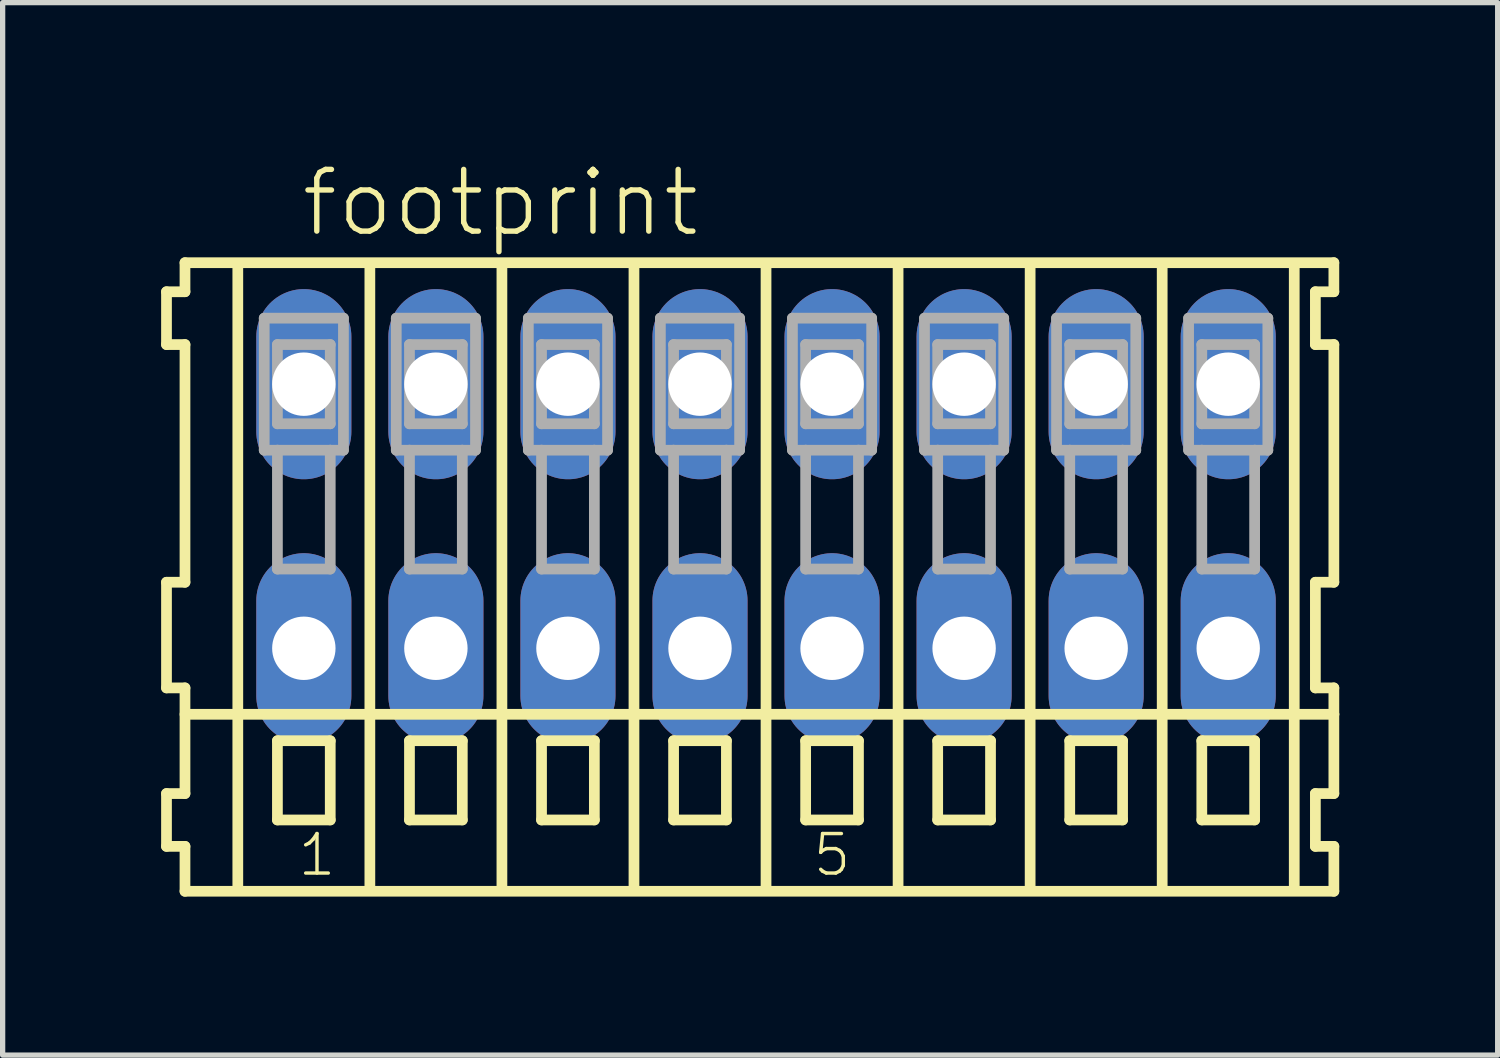
<source format=kicad_pcb>
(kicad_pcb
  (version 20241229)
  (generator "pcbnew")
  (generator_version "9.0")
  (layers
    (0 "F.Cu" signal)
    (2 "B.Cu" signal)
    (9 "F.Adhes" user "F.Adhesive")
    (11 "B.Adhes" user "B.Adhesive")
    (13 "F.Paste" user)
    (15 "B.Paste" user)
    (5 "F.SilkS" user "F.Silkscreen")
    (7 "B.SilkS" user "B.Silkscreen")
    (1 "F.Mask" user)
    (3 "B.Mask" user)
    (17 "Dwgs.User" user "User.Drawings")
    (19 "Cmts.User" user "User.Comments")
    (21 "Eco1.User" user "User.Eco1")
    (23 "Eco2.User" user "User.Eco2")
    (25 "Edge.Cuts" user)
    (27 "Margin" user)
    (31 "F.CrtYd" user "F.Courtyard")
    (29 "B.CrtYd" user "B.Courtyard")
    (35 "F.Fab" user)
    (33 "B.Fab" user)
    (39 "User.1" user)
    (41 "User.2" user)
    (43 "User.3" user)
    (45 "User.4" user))
  (footprint "footprint"
    (layer "F.Cu")
    (at 11.452 6.723)
    (property "Reference" "footprint" (at -8.85 -5.25 0) (layer "F.SilkS") (effects (font (size 1.168 1.168) (thickness 0.102)) (justify left bottom)))
    (fp_line (start -11.35 -4.25) (end -11.35 -3.25) (stroke (width 0.203) (type solid)) (layer "F.SilkS"))
    (fp_line (start -11.35 -3.25) (end -11 -3.25) (stroke (width 0.203) (type solid)) (layer "F.SilkS"))
    (fp_line (start -11.35 1.25) (end -11.35 3.25) (stroke (width 0.203) (type solid)) (layer "F.SilkS"))
    (fp_line (start -11.35 3.25) (end -11 3.25) (stroke (width 0.203) (type solid)) (layer "F.SilkS"))
    (fp_line (start -11.35 5.25) (end -11.35 6.25) (stroke (width 0.203) (type solid)) (layer "F.SilkS"))
    (fp_line (start -11.35 6.25) (end -11 6.25) (stroke (width 0.203) (type solid)) (layer "F.SilkS"))
    (fp_line (start -11 -4.8) (end -11 -4.25) (stroke (width 0.203) (type solid)) (layer "F.SilkS"))
    (fp_line (start -11 -4.25) (end -11.35 -4.25) (stroke (width 0.203) (type solid)) (layer "F.SilkS"))
    (fp_line (start -11 -3.25) (end -11 1.25) (stroke (width 0.203) (type solid)) (layer "F.SilkS"))
    (fp_line (start -11 1.25) (end -11.35 1.25) (stroke (width 0.203) (type solid)) (layer "F.SilkS"))
    (fp_line (start -11 3.25) (end -11 5.25) (stroke (width 0.203) (type solid)) (layer "F.SilkS"))
    (fp_line (start -11 3.75) (end 10.75 3.75) (stroke (width 0.203) (type solid)) (layer "F.SilkS"))
    (fp_line (start -11 5.25) (end -11.35 5.25) (stroke (width 0.203) (type solid)) (layer "F.SilkS"))
    (fp_line (start -11 6.25) (end -11 7.1) (stroke (width 0.203) (type solid)) (layer "F.SilkS"))
    (fp_line (start -11 7.1) (end 10.75 7.1) (stroke (width 0.203) (type solid)) (layer "F.SilkS"))
    (fp_line (start -10 -4.75) (end -10 7) (stroke (width 0.203) (type solid)) (layer "F.SilkS"))
    (fp_line (start -9.25 4.25) (end -9.25 5.75) (stroke (width 0.203) (type solid)) (layer "F.SilkS"))
    (fp_line (start -9.25 5.75) (end -8.25 5.75) (stroke (width 0.203) (type solid)) (layer "F.SilkS"))
    (fp_line (start -8.25 4.25) (end -9.25 4.25) (stroke (width 0.203) (type solid)) (layer "F.SilkS"))
    (fp_line (start -8.25 5.75) (end -8.25 4.25) (stroke (width 0.203) (type solid)) (layer "F.SilkS"))
    (fp_line (start -7.5 -4.75) (end -7.5 7) (stroke (width 0.203) (type solid)) (layer "F.SilkS"))
    (fp_line (start -6.75 4.25) (end -6.75 5.75) (stroke (width 0.203) (type solid)) (layer "F.SilkS"))
    (fp_line (start -6.75 5.75) (end -5.75 5.75) (stroke (width 0.203) (type solid)) (layer "F.SilkS"))
    (fp_line (start -5.75 4.25) (end -6.75 4.25) (stroke (width 0.203) (type solid)) (layer "F.SilkS"))
    (fp_line (start -5.75 5.75) (end -5.75 4.25) (stroke (width 0.203) (type solid)) (layer "F.SilkS"))
    (fp_line (start -5 -4.75) (end -5 7) (stroke (width 0.203) (type solid)) (layer "F.SilkS"))
    (fp_line (start -4.25 4.25) (end -4.25 5.75) (stroke (width 0.203) (type solid)) (layer "F.SilkS"))
    (fp_line (start -4.25 5.75) (end -3.25 5.75) (stroke (width 0.203) (type solid)) (layer "F.SilkS"))
    (fp_line (start -3.25 4.25) (end -4.25 4.25) (stroke (width 0.203) (type solid)) (layer "F.SilkS"))
    (fp_line (start -3.25 5.75) (end -3.25 4.25) (stroke (width 0.203) (type solid)) (layer "F.SilkS"))
    (fp_line (start -2.5 -4.75) (end -2.5 7) (stroke (width 0.203) (type solid)) (layer "F.SilkS"))
    (fp_line (start -1.75 4.25) (end -1.75 5.75) (stroke (width 0.203) (type solid)) (layer "F.SilkS"))
    (fp_line (start -1.75 5.75) (end -0.75 5.75) (stroke (width 0.203) (type solid)) (layer "F.SilkS"))
    (fp_line (start -0.75 4.25) (end -1.75 4.25) (stroke (width 0.203) (type solid)) (layer "F.SilkS"))
    (fp_line (start -0.75 5.75) (end -0.75 4.25) (stroke (width 0.203) (type solid)) (layer "F.SilkS"))
    (fp_line (start 0 -4.75) (end 0 7) (stroke (width 0.203) (type solid)) (layer "F.SilkS"))
    (fp_line (start 0.75 4.25) (end 0.75 5.75) (stroke (width 0.203) (type solid)) (layer "F.SilkS"))
    (fp_line (start 0.75 5.75) (end 1.75 5.75) (stroke (width 0.203) (type solid)) (layer "F.SilkS"))
    (fp_line (start 1.75 4.25) (end 0.75 4.25) (stroke (width 0.203) (type solid)) (layer "F.SilkS"))
    (fp_line (start 1.75 5.75) (end 1.75 4.25) (stroke (width 0.203) (type solid)) (layer "F.SilkS"))
    (fp_line (start 2.5 -4.75) (end 2.5 7) (stroke (width 0.203) (type solid)) (layer "F.SilkS"))
    (fp_line (start 3.25 4.25) (end 3.25 5.75) (stroke (width 0.203) (type solid)) (layer "F.SilkS"))
    (fp_line (start 3.25 5.75) (end 4.25 5.75) (stroke (width 0.203) (type solid)) (layer "F.SilkS"))
    (fp_line (start 4.25 4.25) (end 3.25 4.25) (stroke (width 0.203) (type solid)) (layer "F.SilkS"))
    (fp_line (start 4.25 5.75) (end 4.25 4.25) (stroke (width 0.203) (type solid)) (layer "F.SilkS"))
    (fp_line (start 5 -4.75) (end 5 7) (stroke (width 0.203) (type solid)) (layer "F.SilkS"))
    (fp_line (start 5.75 4.25) (end 5.75 5.75) (stroke (width 0.203) (type solid)) (layer "F.SilkS"))
    (fp_line (start 5.75 5.75) (end 6.75 5.75) (stroke (width 0.203) (type solid)) (layer "F.SilkS"))
    (fp_line (start 6.75 4.25) (end 5.75 4.25) (stroke (width 0.203) (type solid)) (layer "F.SilkS"))
    (fp_line (start 6.75 5.75) (end 6.75 4.25) (stroke (width 0.203) (type solid)) (layer "F.SilkS"))
    (fp_line (start 7.5 -4.75) (end 7.5 7) (stroke (width 0.203) (type solid)) (layer "F.SilkS"))
    (fp_line (start 8.25 4.25) (end 8.25 5.75) (stroke (width 0.203) (type solid)) (layer "F.SilkS"))
    (fp_line (start 8.25 5.75) (end 9.25 5.75) (stroke (width 0.203) (type solid)) (layer "F.SilkS"))
    (fp_line (start 9.25 4.25) (end 8.25 4.25) (stroke (width 0.203) (type solid)) (layer "F.SilkS"))
    (fp_line (start 9.25 5.75) (end 9.25 4.25) (stroke (width 0.203) (type solid)) (layer "F.SilkS"))
    (fp_line (start 10 -4.75) (end 10 7) (stroke (width 0.203) (type solid)) (layer "F.SilkS"))
    (fp_line (start 10.4 -4.25) (end 10.4 -3.25) (stroke (width 0.203) (type solid)) (layer "F.SilkS"))
    (fp_line (start 10.4 -3.25) (end 10.75 -3.25) (stroke (width 0.203) (type solid)) (layer "F.SilkS"))
    (fp_line (start 10.4 1.25) (end 10.4 3.25) (stroke (width 0.203) (type solid)) (layer "F.SilkS"))
    (fp_line (start 10.4 3.25) (end 10.75 3.25) (stroke (width 0.203) (type solid)) (layer "F.SilkS"))
    (fp_line (start 10.4 5.25) (end 10.4 6.25) (stroke (width 0.203) (type solid)) (layer "F.SilkS"))
    (fp_line (start 10.4 6.25) (end 10.75 6.25) (stroke (width 0.203) (type solid)) (layer "F.SilkS"))
    (fp_line (start 10.75 -4.8) (end -11 -4.8) (stroke (width 0.203) (type solid)) (layer "F.SilkS"))
    (fp_line (start 10.75 -4.25) (end 10.4 -4.25) (stroke (width 0.203) (type solid)) (layer "F.SilkS"))
    (fp_line (start 10.75 -4.25) (end 10.75 -4.8) (stroke (width 0.203) (type solid)) (layer "F.SilkS"))
    (fp_line (start 10.75 1.25) (end 10.4 1.25) (stroke (width 0.203) (type solid)) (layer "F.SilkS"))
    (fp_line (start 10.75 1.25) (end 10.75 -3.25) (stroke (width 0.203) (type solid)) (layer "F.SilkS"))
    (fp_line (start 10.75 3.75) (end 10.75 3.25) (stroke (width 0.203) (type solid)) (layer "F.SilkS"))
    (fp_line (start 10.75 5.25) (end 10.4 5.25) (stroke (width 0.203) (type solid)) (layer "F.SilkS"))
    (fp_line (start 10.75 5.25) (end 10.75 3.75) (stroke (width 0.203) (type solid)) (layer "F.SilkS"))
    (fp_line (start 10.75 7.1) (end 10.75 6.25) (stroke (width 0.203) (type solid)) (layer "F.SilkS"))
    (fp_line (start -9.5 -3.75) (end -9.5 -1.25) (stroke (width 0.203) (type solid)) (layer "F.Fab"))
    (fp_line (start -9.5 -1.25) (end -9.25 -1.25) (stroke (width 0.203) (type solid)) (layer "F.Fab"))
    (fp_line (start -9.25 -3.25) (end -9.25 -1.75) (stroke (width 0.203) (type solid)) (layer "F.Fab"))
    (fp_line (start -9.25 -1.75) (end -8.25 -1.75) (stroke (width 0.203) (type solid)) (layer "F.Fab"))
    (fp_line (start -9.25 -1.25) (end -9.25 1) (stroke (width 0.203) (type solid)) (layer "F.Fab"))
    (fp_line (start -9.25 -1.25) (end -8.25 -1.25) (stroke (width 0.203) (type solid)) (layer "F.Fab"))
    (fp_line (start -9.25 1) (end -8.25 1) (stroke (width 0.203) (type solid)) (layer "F.Fab"))
    (fp_line (start -8.25 -3.25) (end -9.25 -3.25) (stroke (width 0.203) (type solid)) (layer "F.Fab"))
    (fp_line (start -8.25 -1.75) (end -8.25 -3.25) (stroke (width 0.203) (type solid)) (layer "F.Fab"))
    (fp_line (start -8.25 -1.25) (end -8 -1.25) (stroke (width 0.203) (type solid)) (layer "F.Fab"))
    (fp_line (start -8.25 1) (end -8.25 -1.25) (stroke (width 0.203) (type solid)) (layer "F.Fab"))
    (fp_line (start -8 -3.75) (end -9.5 -3.75) (stroke (width 0.203) (type solid)) (layer "F.Fab"))
    (fp_line (start -8 -1.25) (end -8 -3.75) (stroke (width 0.203) (type solid)) (layer "F.Fab"))
    (fp_line (start -7 -3.75) (end -7 -1.25) (stroke (width 0.203) (type solid)) (layer "F.Fab"))
    (fp_line (start -7 -1.25) (end -6.75 -1.25) (stroke (width 0.203) (type solid)) (layer "F.Fab"))
    (fp_line (start -6.75 -3.25) (end -6.75 -1.75) (stroke (width 0.203) (type solid)) (layer "F.Fab"))
    (fp_line (start -6.75 -1.75) (end -5.75 -1.75) (stroke (width 0.203) (type solid)) (layer "F.Fab"))
    (fp_line (start -6.75 -1.25) (end -6.75 1) (stroke (width 0.203) (type solid)) (layer "F.Fab"))
    (fp_line (start -6.75 -1.25) (end -5.75 -1.25) (stroke (width 0.203) (type solid)) (layer "F.Fab"))
    (fp_line (start -6.75 1) (end -5.75 1) (stroke (width 0.203) (type solid)) (layer "F.Fab"))
    (fp_line (start -5.75 -3.25) (end -6.75 -3.25) (stroke (width 0.203) (type solid)) (layer "F.Fab"))
    (fp_line (start -5.75 -1.75) (end -5.75 -3.25) (stroke (width 0.203) (type solid)) (layer "F.Fab"))
    (fp_line (start -5.75 -1.25) (end -5.5 -1.25) (stroke (width 0.203) (type solid)) (layer "F.Fab"))
    (fp_line (start -5.75 1) (end -5.75 -1.25) (stroke (width 0.203) (type solid)) (layer "F.Fab"))
    (fp_line (start -5.5 -3.75) (end -7 -3.75) (stroke (width 0.203) (type solid)) (layer "F.Fab"))
    (fp_line (start -5.5 -1.25) (end -5.5 -3.75) (stroke (width 0.203) (type solid)) (layer "F.Fab"))
    (fp_line (start -4.5 -3.75) (end -4.5 -1.25) (stroke (width 0.203) (type solid)) (layer "F.Fab"))
    (fp_line (start -4.5 -1.25) (end -4.25 -1.25) (stroke (width 0.203) (type solid)) (layer "F.Fab"))
    (fp_line (start -4.25 -3.25) (end -4.25 -1.75) (stroke (width 0.203) (type solid)) (layer "F.Fab"))
    (fp_line (start -4.25 -1.75) (end -3.25 -1.75) (stroke (width 0.203) (type solid)) (layer "F.Fab"))
    (fp_line (start -4.25 -1.25) (end -4.25 1) (stroke (width 0.203) (type solid)) (layer "F.Fab"))
    (fp_line (start -4.25 -1.25) (end -3.25 -1.25) (stroke (width 0.203) (type solid)) (layer "F.Fab"))
    (fp_line (start -4.25 1) (end -3.25 1) (stroke (width 0.203) (type solid)) (layer "F.Fab"))
    (fp_line (start -3.25 -3.25) (end -4.25 -3.25) (stroke (width 0.203) (type solid)) (layer "F.Fab"))
    (fp_line (start -3.25 -1.75) (end -3.25 -3.25) (stroke (width 0.203) (type solid)) (layer "F.Fab"))
    (fp_line (start -3.25 -1.25) (end -3 -1.25) (stroke (width 0.203) (type solid)) (layer "F.Fab"))
    (fp_line (start -3.25 1) (end -3.25 -1.25) (stroke (width 0.203) (type solid)) (layer "F.Fab"))
    (fp_line (start -3 -3.75) (end -4.5 -3.75) (stroke (width 0.203) (type solid)) (layer "F.Fab"))
    (fp_line (start -3 -1.25) (end -3 -3.75) (stroke (width 0.203) (type solid)) (layer "F.Fab"))
    (fp_line (start -2 -3.75) (end -2 -1.25) (stroke (width 0.203) (type solid)) (layer "F.Fab"))
    (fp_line (start -2 -1.25) (end -1.75 -1.25) (stroke (width 0.203) (type solid)) (layer "F.Fab"))
    (fp_line (start -1.75 -3.25) (end -1.75 -1.75) (stroke (width 0.203) (type solid)) (layer "F.Fab"))
    (fp_line (start -1.75 -1.75) (end -0.75 -1.75) (stroke (width 0.203) (type solid)) (layer "F.Fab"))
    (fp_line (start -1.75 -1.25) (end -1.75 1) (stroke (width 0.203) (type solid)) (layer "F.Fab"))
    (fp_line (start -1.75 -1.25) (end -0.75 -1.25) (stroke (width 0.203) (type solid)) (layer "F.Fab"))
    (fp_line (start -1.75 1) (end -0.75 1) (stroke (width 0.203) (type solid)) (layer "F.Fab"))
    (fp_line (start -0.75 -3.25) (end -1.75 -3.25) (stroke (width 0.203) (type solid)) (layer "F.Fab"))
    (fp_line (start -0.75 -1.75) (end -0.75 -3.25) (stroke (width 0.203) (type solid)) (layer "F.Fab"))
    (fp_line (start -0.75 -1.25) (end -0.5 -1.25) (stroke (width 0.203) (type solid)) (layer "F.Fab"))
    (fp_line (start -0.75 1) (end -0.75 -1.25) (stroke (width 0.203) (type solid)) (layer "F.Fab"))
    (fp_line (start -0.5 -3.75) (end -2 -3.75) (stroke (width 0.203) (type solid)) (layer "F.Fab"))
    (fp_line (start -0.5 -1.25) (end -0.5 -3.75) (stroke (width 0.203) (type solid)) (layer "F.Fab"))
    (fp_line (start 0.5 -3.75) (end 0.5 -1.25) (stroke (width 0.203) (type solid)) (layer "F.Fab"))
    (fp_line (start 0.5 -1.25) (end 0.75 -1.25) (stroke (width 0.203) (type solid)) (layer "F.Fab"))
    (fp_line (start 0.75 -3.25) (end 0.75 -1.75) (stroke (width 0.203) (type solid)) (layer "F.Fab"))
    (fp_line (start 0.75 -1.75) (end 1.75 -1.75) (stroke (width 0.203) (type solid)) (layer "F.Fab"))
    (fp_line (start 0.75 -1.25) (end 0.75 1) (stroke (width 0.203) (type solid)) (layer "F.Fab"))
    (fp_line (start 0.75 -1.25) (end 1.75 -1.25) (stroke (width 0.203) (type solid)) (layer "F.Fab"))
    (fp_line (start 0.75 1) (end 1.75 1) (stroke (width 0.203) (type solid)) (layer "F.Fab"))
    (fp_line (start 1.75 -3.25) (end 0.75 -3.25) (stroke (width 0.203) (type solid)) (layer "F.Fab"))
    (fp_line (start 1.75 -1.75) (end 1.75 -3.25) (stroke (width 0.203) (type solid)) (layer "F.Fab"))
    (fp_line (start 1.75 -1.25) (end 2 -1.25) (stroke (width 0.203) (type solid)) (layer "F.Fab"))
    (fp_line (start 1.75 1) (end 1.75 -1.25) (stroke (width 0.203) (type solid)) (layer "F.Fab"))
    (fp_line (start 2 -3.75) (end 0.5 -3.75) (stroke (width 0.203) (type solid)) (layer "F.Fab"))
    (fp_line (start 2 -1.25) (end 2 -3.75) (stroke (width 0.203) (type solid)) (layer "F.Fab"))
    (fp_line (start 3 -3.75) (end 3 -1.25) (stroke (width 0.203) (type solid)) (layer "F.Fab"))
    (fp_line (start 3 -1.25) (end 3.25 -1.25) (stroke (width 0.203) (type solid)) (layer "F.Fab"))
    (fp_line (start 3.25 -3.25) (end 3.25 -1.75) (stroke (width 0.203) (type solid)) (layer "F.Fab"))
    (fp_line (start 3.25 -1.75) (end 4.25 -1.75) (stroke (width 0.203) (type solid)) (layer "F.Fab"))
    (fp_line (start 3.25 -1.25) (end 3.25 1) (stroke (width 0.203) (type solid)) (layer "F.Fab"))
    (fp_line (start 3.25 -1.25) (end 4.25 -1.25) (stroke (width 0.203) (type solid)) (layer "F.Fab"))
    (fp_line (start 3.25 1) (end 4.25 1) (stroke (width 0.203) (type solid)) (layer "F.Fab"))
    (fp_line (start 4.25 -3.25) (end 3.25 -3.25) (stroke (width 0.203) (type solid)) (layer "F.Fab"))
    (fp_line (start 4.25 -1.75) (end 4.25 -3.25) (stroke (width 0.203) (type solid)) (layer "F.Fab"))
    (fp_line (start 4.25 -1.25) (end 4.5 -1.25) (stroke (width 0.203) (type solid)) (layer "F.Fab"))
    (fp_line (start 4.25 1) (end 4.25 -1.25) (stroke (width 0.203) (type solid)) (layer "F.Fab"))
    (fp_line (start 4.5 -3.75) (end 3 -3.75) (stroke (width 0.203) (type solid)) (layer "F.Fab"))
    (fp_line (start 4.5 -1.25) (end 4.5 -3.75) (stroke (width 0.203) (type solid)) (layer "F.Fab"))
    (fp_line (start 5.5 -3.75) (end 5.5 -1.25) (stroke (width 0.203) (type solid)) (layer "F.Fab"))
    (fp_line (start 5.5 -1.25) (end 5.75 -1.25) (stroke (width 0.203) (type solid)) (layer "F.Fab"))
    (fp_line (start 5.75 -3.25) (end 5.75 -1.75) (stroke (width 0.203) (type solid)) (layer "F.Fab"))
    (fp_line (start 5.75 -1.75) (end 6.75 -1.75) (stroke (width 0.203) (type solid)) (layer "F.Fab"))
    (fp_line (start 5.75 -1.25) (end 5.75 1) (stroke (width 0.203) (type solid)) (layer "F.Fab"))
    (fp_line (start 5.75 -1.25) (end 6.75 -1.25) (stroke (width 0.203) (type solid)) (layer "F.Fab"))
    (fp_line (start 5.75 1) (end 6.75 1) (stroke (width 0.203) (type solid)) (layer "F.Fab"))
    (fp_line (start 6.75 -3.25) (end 5.75 -3.25) (stroke (width 0.203) (type solid)) (layer "F.Fab"))
    (fp_line (start 6.75 -1.75) (end 6.75 -3.25) (stroke (width 0.203) (type solid)) (layer "F.Fab"))
    (fp_line (start 6.75 -1.25) (end 7 -1.25) (stroke (width 0.203) (type solid)) (layer "F.Fab"))
    (fp_line (start 6.75 1) (end 6.75 -1.25) (stroke (width 0.203) (type solid)) (layer "F.Fab"))
    (fp_line (start 7 -3.75) (end 5.5 -3.75) (stroke (width 0.203) (type solid)) (layer "F.Fab"))
    (fp_line (start 7 -1.25) (end 7 -3.75) (stroke (width 0.203) (type solid)) (layer "F.Fab"))
    (fp_line (start 8 -3.75) (end 8 -1.25) (stroke (width 0.203) (type solid)) (layer "F.Fab"))
    (fp_line (start 8 -1.25) (end 8.25 -1.25) (stroke (width 0.203) (type solid)) (layer "F.Fab"))
    (fp_line (start 8.25 -3.25) (end 8.25 -1.75) (stroke (width 0.203) (type solid)) (layer "F.Fab"))
    (fp_line (start 8.25 -1.75) (end 9.25 -1.75) (stroke (width 0.203) (type solid)) (layer "F.Fab"))
    (fp_line (start 8.25 -1.25) (end 8.25 1) (stroke (width 0.203) (type solid)) (layer "F.Fab"))
    (fp_line (start 8.25 -1.25) (end 9.25 -1.25) (stroke (width 0.203) (type solid)) (layer "F.Fab"))
    (fp_line (start 8.25 1) (end 9.25 1) (stroke (width 0.203) (type solid)) (layer "F.Fab"))
    (fp_line (start 9.25 -3.25) (end 8.25 -3.25) (stroke (width 0.203) (type solid)) (layer "F.Fab"))
    (fp_line (start 9.25 -1.75) (end 9.25 -3.25) (stroke (width 0.203) (type solid)) (layer "F.Fab"))
    (fp_line (start 9.25 -1.25) (end 9.5 -1.25) (stroke (width 0.203) (type solid)) (layer "F.Fab"))
    (fp_line (start 9.25 1) (end 9.25 -1.25) (stroke (width 0.203) (type solid)) (layer "F.Fab"))
    (fp_line (start 9.5 -3.75) (end 8 -3.75) (stroke (width 0.203) (type solid)) (layer "F.Fab"))
    (fp_line (start 9.5 -1.25) (end 9.5 -3.75) (stroke (width 0.203) (type solid)) (layer "F.Fab"))
    (fp_text user "1" (at -8.9 6.85 0) (layer "F.SilkS") (effects (font (size 0.748 0.748) (thickness 0.065)) (justify left bottom)))
    (fp_text user "5" (at 0.85 6.85 0) (layer "F.SilkS") (effects (font (size 0.748 0.748) (thickness 0.065)) (justify left bottom)))
    (pad "A1" thru_hole oval (at -8.75 -2.5 90) (size 3.6 1.8) (drill 1.2) (layers "*.Cu" "*.Mask"))
    (pad "A2" thru_hole oval (at -6.25 -2.5 90) (size 3.6 1.8) (drill 1.2) (layers "*.Cu" "*.Mask"))
    (pad "A3" thru_hole oval (at -3.75 -2.5 90) (size 3.6 1.8) (drill 1.2) (layers "*.Cu" "*.Mask"))
    (pad "A4" thru_hole oval (at -1.25 -2.5 90) (size 3.6 1.8) (drill 1.2) (layers "*.Cu" "*.Mask"))
    (pad "A5" thru_hole oval (at 1.25 -2.5 90) (size 3.6 1.8) (drill 1.2) (layers "*.Cu" "*.Mask"))
    (pad "A6" thru_hole oval (at 3.75 -2.5 90) (size 3.6 1.8) (drill 1.2) (layers "*.Cu" "*.Mask"))
    (pad "A7" thru_hole oval (at 6.25 -2.5 90) (size 3.6 1.8) (drill 1.2) (layers "*.Cu" "*.Mask"))
    (pad "A8" thru_hole oval (at 8.75 -2.5 90) (size 3.6 1.8) (drill 1.2) (layers "*.Cu" "*.Mask"))
    (pad "B1" thru_hole oval (at -8.75 2.5 90) (size 3.6 1.8) (drill 1.2) (layers "*.Cu" "*.Mask"))
    (pad "B2" thru_hole oval (at -6.25 2.5 90) (size 3.6 1.8) (drill 1.2) (layers "*.Cu" "*.Mask"))
    (pad "B3" thru_hole oval (at -3.75 2.5 90) (size 3.6 1.8) (drill 1.2) (layers "*.Cu" "*.Mask"))
    (pad "B4" thru_hole oval (at -1.25 2.5 90) (size 3.6 1.8) (drill 1.2) (layers "*.Cu" "*.Mask"))
    (pad "B5" thru_hole oval (at 1.25 2.5 90) (size 3.6 1.8) (drill 1.2) (layers "*.Cu" "*.Mask"))
    (pad "B6" thru_hole oval (at 3.75 2.5 90) (size 3.6 1.8) (drill 1.2) (layers "*.Cu" "*.Mask"))
    (pad "B7" thru_hole oval (at 6.25 2.5 90) (size 3.6 1.8) (drill 1.2) (layers "*.Cu" "*.Mask"))
    (pad "B8" thru_hole oval (at 8.75 2.5 90) (size 3.6 1.8) (drill 1.2) (layers "*.Cu" "*.Mask")))
  (gr_rect
    (start -3 -3)
    (end 25.303 16.925)
    (stroke (width 0.1) (type default))
    (fill no)
    (layer "Edge.Cuts")))
</source>
